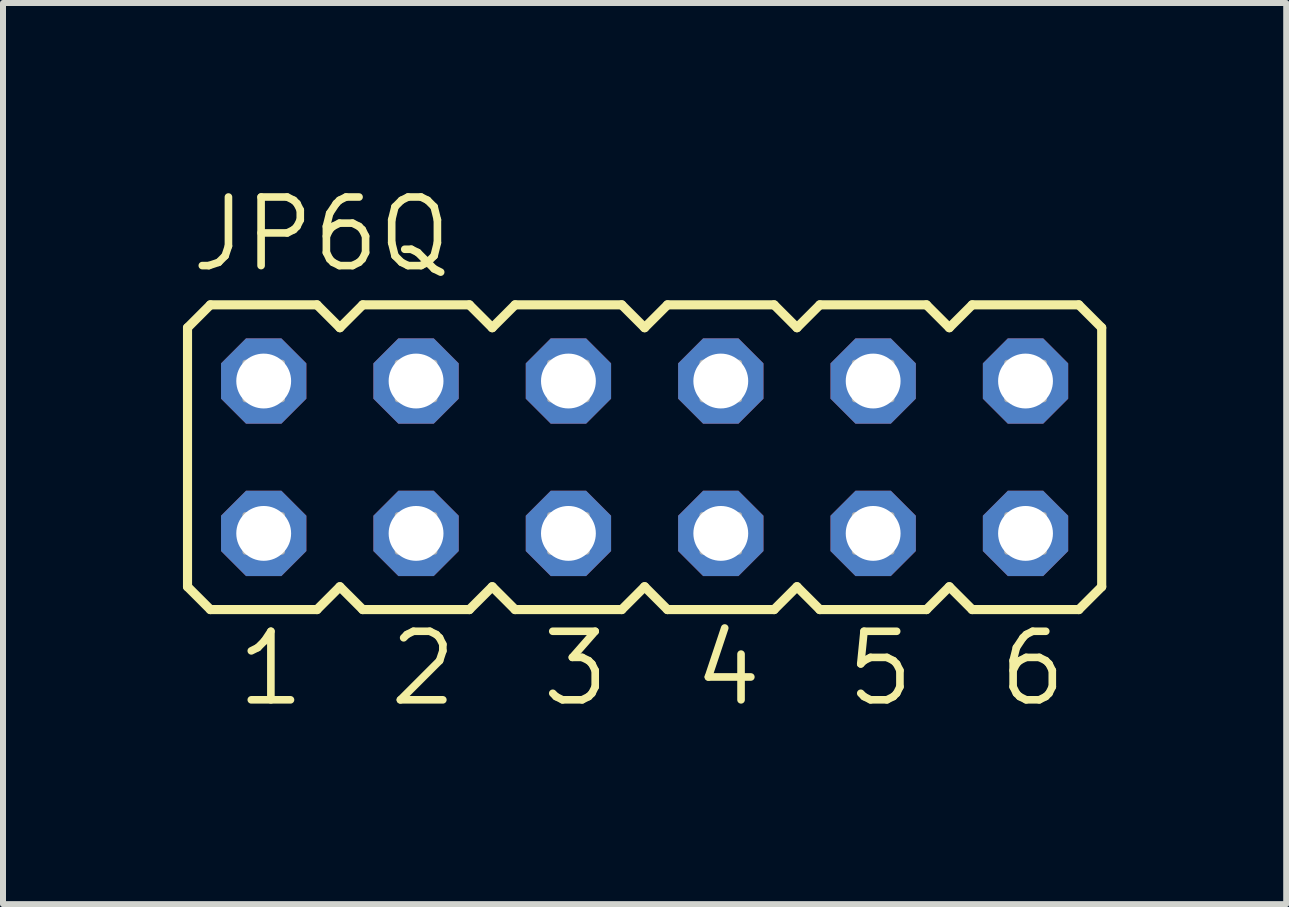
<source format=kicad_pcb>
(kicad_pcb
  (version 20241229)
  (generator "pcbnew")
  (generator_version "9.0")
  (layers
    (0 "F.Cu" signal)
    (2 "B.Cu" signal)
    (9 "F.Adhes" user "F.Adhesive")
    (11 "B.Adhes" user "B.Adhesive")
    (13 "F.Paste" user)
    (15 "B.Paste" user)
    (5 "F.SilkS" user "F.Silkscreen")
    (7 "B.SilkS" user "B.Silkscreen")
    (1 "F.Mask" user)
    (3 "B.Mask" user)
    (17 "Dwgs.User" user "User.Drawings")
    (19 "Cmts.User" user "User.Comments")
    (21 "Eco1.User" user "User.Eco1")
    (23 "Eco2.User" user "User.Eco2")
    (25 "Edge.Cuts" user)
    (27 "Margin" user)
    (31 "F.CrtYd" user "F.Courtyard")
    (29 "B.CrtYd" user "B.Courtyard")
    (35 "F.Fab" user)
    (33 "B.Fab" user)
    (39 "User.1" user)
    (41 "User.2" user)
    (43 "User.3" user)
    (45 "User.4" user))
  (footprint "JP6Q"
    (layer "F.Cu")
    (at 7.696 4.572)
    (property "Reference" "JP6Q" (at -7.62 -3.048 0) (layer "F.SilkS") (effects (font (size 1.143 1.143) (thickness 0.127)) (justify left bottom)))
    (fp_line (start -7.62 -2.159) (end -7.239 -2.54) (stroke (width 0.152) (type solid)) (layer "F.SilkS"))
    (fp_line (start -7.62 2.159) (end -7.62 -2.159) (stroke (width 0.152) (type solid)) (layer "F.SilkS"))
    (fp_line (start -7.62 2.159) (end -7.239 2.54) (stroke (width 0.152) (type solid)) (layer "F.SilkS"))
    (fp_line (start -7.239 -2.54) (end -5.461 -2.54) (stroke (width 0.152) (type solid)) (layer "F.SilkS"))
    (fp_line (start -7.239 2.54) (end -5.461 2.54) (stroke (width 0.152) (type solid)) (layer "F.SilkS"))
    (fp_line (start -5.461 -2.54) (end -5.08 -2.159) (stroke (width 0.152) (type solid)) (layer "F.SilkS"))
    (fp_line (start -5.08 -2.159) (end -4.699 -2.54) (stroke (width 0.152) (type solid)) (layer "F.SilkS"))
    (fp_line (start -5.08 2.159) (end -5.461 2.54) (stroke (width 0.152) (type solid)) (layer "F.SilkS"))
    (fp_line (start -5.08 2.159) (end -4.699 2.54) (stroke (width 0.152) (type solid)) (layer "F.SilkS"))
    (fp_line (start -4.699 -2.54) (end -2.921 -2.54) (stroke (width 0.152) (type solid)) (layer "F.SilkS"))
    (fp_line (start -2.921 2.54) (end -4.699 2.54) (stroke (width 0.152) (type solid)) (layer "F.SilkS"))
    (fp_line (start -2.54 -2.159) (end -2.921 -2.54) (stroke (width 0.152) (type solid)) (layer "F.SilkS"))
    (fp_line (start -2.54 -2.159) (end -2.159 -2.54) (stroke (width 0.152) (type solid)) (layer "F.SilkS"))
    (fp_line (start -2.54 2.159) (end -2.921 2.54) (stroke (width 0.152) (type solid)) (layer "F.SilkS"))
    (fp_line (start -2.54 2.159) (end -2.159 2.54) (stroke (width 0.152) (type solid)) (layer "F.SilkS"))
    (fp_line (start -2.159 -2.54) (end -0.381 -2.54) (stroke (width 0.152) (type solid)) (layer "F.SilkS"))
    (fp_line (start -0.381 2.54) (end -2.159 2.54) (stroke (width 0.152) (type solid)) (layer "F.SilkS"))
    (fp_line (start -0.381 2.54) (end 0 2.159) (stroke (width 0.152) (type solid)) (layer "F.SilkS"))
    (fp_line (start 0 -2.159) (end -0.381 -2.54) (stroke (width 0.152) (type solid)) (layer "F.SilkS"))
    (fp_line (start 0 -2.159) (end 0.381 -2.54) (stroke (width 0.152) (type solid)) (layer "F.SilkS"))
    (fp_line (start 0 2.159) (end 0.381 2.54) (stroke (width 0.152) (type solid)) (layer "F.SilkS"))
    (fp_line (start 0.381 -2.54) (end 2.159 -2.54) (stroke (width 0.152) (type solid)) (layer "F.SilkS"))
    (fp_line (start 2.159 2.54) (end 0.381 2.54) (stroke (width 0.152) (type solid)) (layer "F.SilkS"))
    (fp_line (start 2.159 2.54) (end 2.54 2.159) (stroke (width 0.152) (type solid)) (layer "F.SilkS"))
    (fp_line (start 2.54 -2.159) (end 2.159 -2.54) (stroke (width 0.152) (type solid)) (layer "F.SilkS"))
    (fp_line (start 2.54 -2.159) (end 2.921 -2.54) (stroke (width 0.152) (type solid)) (layer "F.SilkS"))
    (fp_line (start 2.54 2.159) (end 2.921 2.54) (stroke (width 0.152) (type solid)) (layer "F.SilkS"))
    (fp_line (start 2.921 -2.54) (end 4.699 -2.54) (stroke (width 0.152) (type solid)) (layer "F.SilkS"))
    (fp_line (start 4.699 2.54) (end 2.921 2.54) (stroke (width 0.152) (type solid)) (layer "F.SilkS"))
    (fp_line (start 4.699 2.54) (end 5.08 2.159) (stroke (width 0.152) (type solid)) (layer "F.SilkS"))
    (fp_line (start 5.08 -2.159) (end 4.699 -2.54) (stroke (width 0.152) (type solid)) (layer "F.SilkS"))
    (fp_line (start 5.08 -2.159) (end 5.461 -2.54) (stroke (width 0.152) (type solid)) (layer "F.SilkS"))
    (fp_line (start 5.08 2.159) (end 5.461 2.54) (stroke (width 0.152) (type solid)) (layer "F.SilkS"))
    (fp_line (start 5.461 -2.54) (end 7.239 -2.54) (stroke (width 0.152) (type solid)) (layer "F.SilkS"))
    (fp_line (start 7.239 2.54) (end 5.461 2.54) (stroke (width 0.152) (type solid)) (layer "F.SilkS"))
    (fp_line (start 7.239 2.54) (end 7.62 2.159) (stroke (width 0.152) (type solid)) (layer "F.SilkS"))
    (fp_line (start 7.62 -2.159) (end 7.239 -2.54) (stroke (width 0.152) (type solid)) (layer "F.SilkS"))
    (fp_line (start 7.62 -2.159) (end 7.62 2.159) (stroke (width 0.152) (type solid)) (layer "F.SilkS"))
    (fp_poly (pts (xy -6.655 -0.965) (xy -6.045 -0.965) (xy -6.045 -1.575) (xy -6.655 -1.575)) (stroke (width 0.1) (type default)) (fill no) (layer "F.Fab"))
    (fp_poly (pts (xy -6.655 1.575) (xy -6.045 1.575) (xy -6.045 0.965) (xy -6.655 0.965)) (stroke (width 0.1) (type default)) (fill no) (layer "F.Fab"))
    (fp_poly (pts (xy -4.115 -0.965) (xy -3.505 -0.965) (xy -3.505 -1.575) (xy -4.115 -1.575)) (stroke (width 0.1) (type default)) (fill no) (layer "F.Fab"))
    (fp_poly (pts (xy -4.115 1.575) (xy -3.505 1.575) (xy -3.505 0.965) (xy -4.115 0.965)) (stroke (width 0.1) (type default)) (fill no) (layer "F.Fab"))
    (fp_poly (pts (xy -1.575 -0.965) (xy -0.965 -0.965) (xy -0.965 -1.575) (xy -1.575 -1.575)) (stroke (width 0.1) (type default)) (fill no) (layer "F.Fab"))
    (fp_poly (pts (xy -1.575 1.575) (xy -0.965 1.575) (xy -0.965 0.965) (xy -1.575 0.965)) (stroke (width 0.1) (type default)) (fill no) (layer "F.Fab"))
    (fp_poly (pts (xy 0.965 -0.965) (xy 1.575 -0.965) (xy 1.575 -1.575) (xy 0.965 -1.575)) (stroke (width 0.1) (type default)) (fill no) (layer "F.Fab"))
    (fp_poly (pts (xy 0.965 1.575) (xy 1.575 1.575) (xy 1.575 0.965) (xy 0.965 0.965)) (stroke (width 0.1) (type default)) (fill no) (layer "F.Fab"))
    (fp_poly (pts (xy 3.505 -0.965) (xy 4.115 -0.965) (xy 4.115 -1.575) (xy 3.505 -1.575)) (stroke (width 0.1) (type default)) (fill no) (layer "F.Fab"))
    (fp_poly (pts (xy 3.505 1.575) (xy 4.115 1.575) (xy 4.115 0.965) (xy 3.505 0.965)) (stroke (width 0.1) (type default)) (fill no) (layer "F.Fab"))
    (fp_poly (pts (xy 6.045 -0.965) (xy 6.655 -0.965) (xy 6.655 -1.575) (xy 6.045 -1.575)) (stroke (width 0.1) (type default)) (fill no) (layer "F.Fab"))
    (fp_poly (pts (xy 6.045 1.575) (xy 6.655 1.575) (xy 6.655 0.965) (xy 6.045 0.965)) (stroke (width 0.1) (type default)) (fill no) (layer "F.Fab"))
    (fp_text user "4" (at 0.762 4.191 0) (layer "F.SilkS") (effects (font (size 1.143 1.143) (thickness 0.127)) (justify left bottom)))
    (fp_text user "2" (at -4.318 4.191 0) (layer "F.SilkS") (effects (font (size 1.143 1.143) (thickness 0.127)) (justify left bottom)))
    (fp_text user "3" (at -1.778 4.191 0) (layer "F.SilkS") (effects (font (size 1.143 1.143) (thickness 0.127)) (justify left bottom)))
    (fp_text user "5" (at 3.302 4.191 0) (layer "F.SilkS") (effects (font (size 1.143 1.143) (thickness 0.127)) (justify left bottom)))
    (fp_text user "1" (at -6.858 4.191 0) (layer "F.SilkS") (effects (font (size 1.143 1.143) (thickness 0.127)) (justify left bottom)))
    (fp_text user "6" (at 5.842 4.191 0) (layer "F.SilkS") (effects (font (size 1.143 1.143) (thickness 0.127)) (justify left bottom)))
    (pad "1" thru_hole roundrect (at -6.35 1.27) (size 1.422 1.422) (drill 0.914) (layers "*.Cu" "*.Mask") (roundrect_rratio 0.25) (chamfer_ratio 0.293) (chamfer top_left top_right bottom_left bottom_right))
    (pad "2" thru_hole roundrect (at -6.35 -1.27) (size 1.422 1.422) (drill 0.914) (layers "*.Cu" "*.Mask") (roundrect_rratio 0.25) (chamfer_ratio 0.293) (chamfer top_left top_right bottom_left bottom_right))
    (pad "3" thru_hole roundrect (at -3.81 1.27) (size 1.422 1.422) (drill 0.914) (layers "*.Cu" "*.Mask") (roundrect_rratio 0.25) (chamfer_ratio 0.293) (chamfer top_left top_right bottom_left bottom_right))
    (pad "4" thru_hole roundrect (at -3.81 -1.27) (size 1.422 1.422) (drill 0.914) (layers "*.Cu" "*.Mask") (roundrect_rratio 0.25) (chamfer_ratio 0.293) (chamfer top_left top_right bottom_left bottom_right))
    (pad "5" thru_hole roundrect (at -1.27 1.27) (size 1.422 1.422) (drill 0.914) (layers "*.Cu" "*.Mask") (roundrect_rratio 0.25) (chamfer_ratio 0.293) (chamfer top_left top_right bottom_left bottom_right))
    (pad "6" thru_hole roundrect (at -1.27 -1.27) (size 1.422 1.422) (drill 0.914) (layers "*.Cu" "*.Mask") (roundrect_rratio 0.25) (chamfer_ratio 0.293) (chamfer top_left top_right bottom_left bottom_right))
    (pad "7" thru_hole roundrect (at 1.27 1.27) (size 1.422 1.422) (drill 0.914) (layers "*.Cu" "*.Mask") (roundrect_rratio 0.25) (chamfer_ratio 0.293) (chamfer top_left top_right bottom_left bottom_right))
    (pad "8" thru_hole roundrect (at 1.27 -1.27) (size 1.422 1.422) (drill 0.914) (layers "*.Cu" "*.Mask") (roundrect_rratio 0.25) (chamfer_ratio 0.293) (chamfer top_left top_right bottom_left bottom_right))
    (pad "9" thru_hole roundrect (at 3.81 1.27) (size 1.422 1.422) (drill 0.914) (layers "*.Cu" "*.Mask") (roundrect_rratio 0.25) (chamfer_ratio 0.293) (chamfer top_left top_right bottom_left bottom_right))
    (pad "10" thru_hole roundrect (at 3.81 -1.27) (size 1.422 1.422) (drill 0.914) (layers "*.Cu" "*.Mask") (roundrect_rratio 0.25) (chamfer_ratio 0.293) (chamfer top_left top_right bottom_left bottom_right))
    (pad "11" thru_hole roundrect (at 6.35 1.27) (size 1.422 1.422) (drill 0.914) (layers "*.Cu" "*.Mask") (roundrect_rratio 0.25) (chamfer_ratio 0.293) (chamfer top_left top_right bottom_left bottom_right))
    (pad "12" thru_hole roundrect (at 6.35 -1.27) (size 1.422 1.422) (drill 0.914) (layers "*.Cu" "*.Mask") (roundrect_rratio 0.25) (chamfer_ratio 0.293) (chamfer top_left top_right bottom_left bottom_right)))
  (gr_rect
    (start -3 -3)
    (end 18.392 12.022)
    (stroke (width 0.1) (type default))
    (fill no)
    (layer "Edge.Cuts")))
</source>
